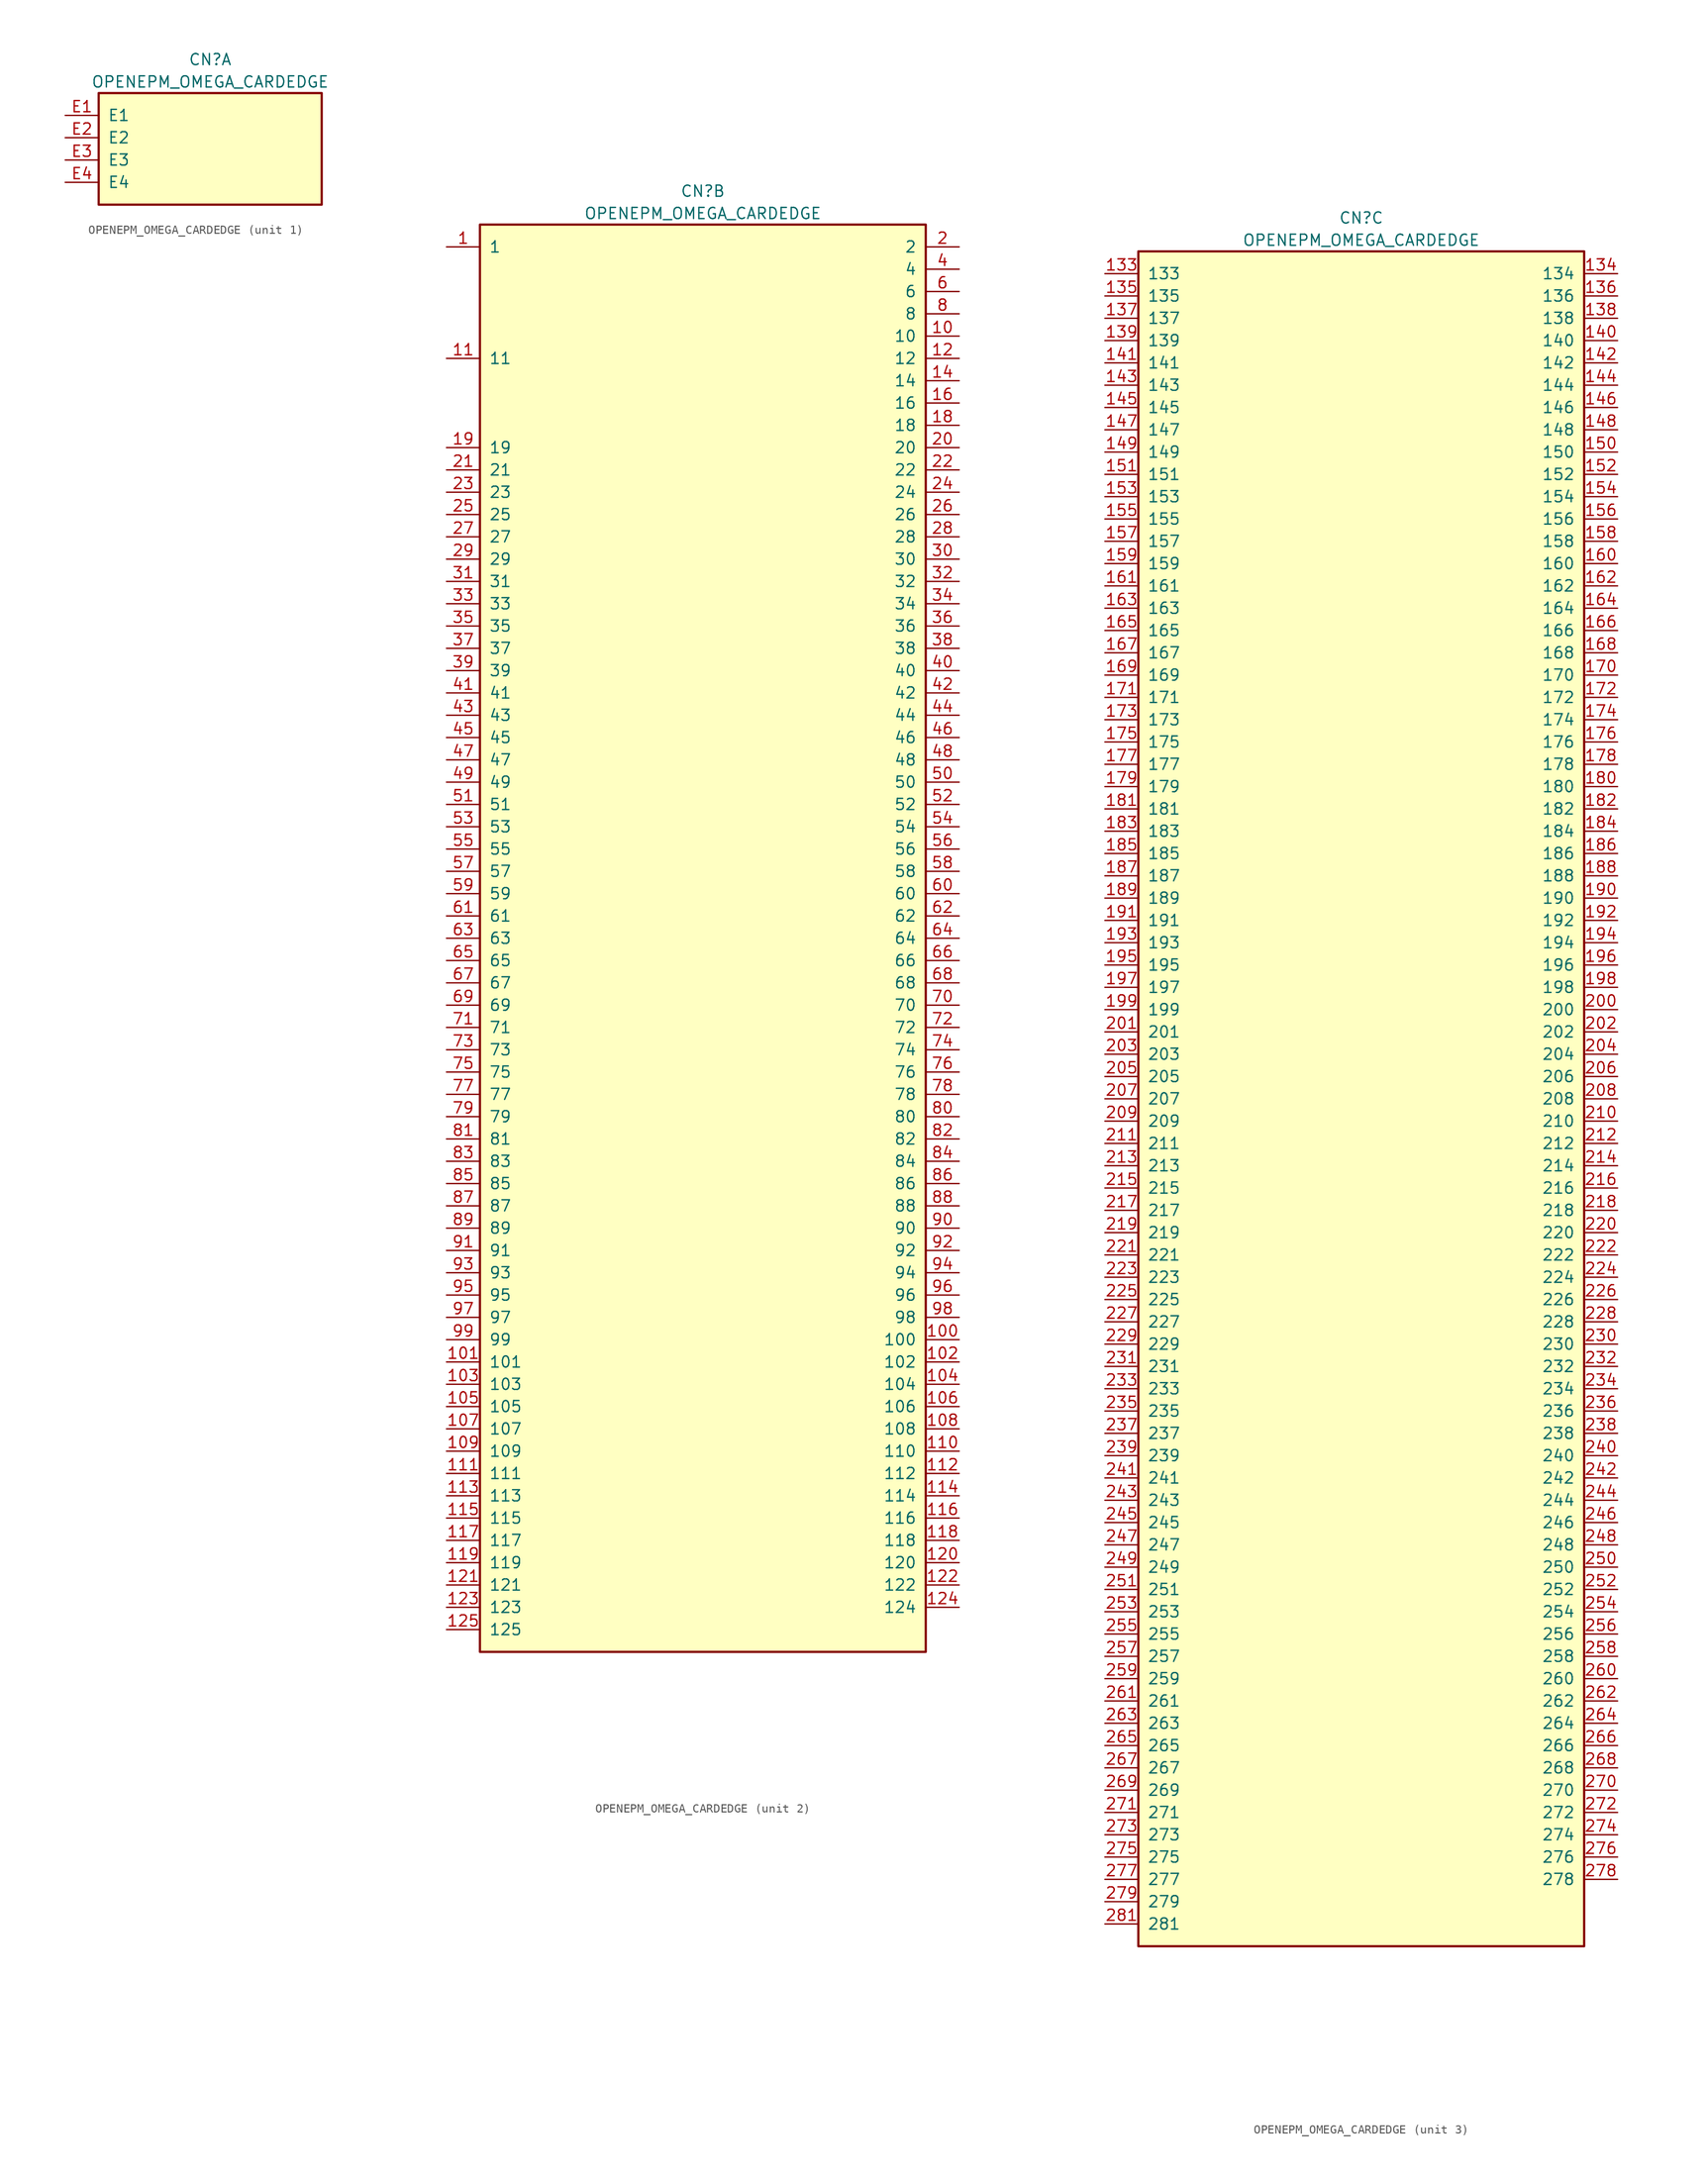
<source format=kicad_sym>
(kicad_symbol_lib
  (version 20201005)
  (generator kicad_symbol_editor)
  (symbol "berndoj_connector:OPENEPM_OMEGA_CARDEDGE"
    (pin_names
      (offset 1.016))
    (property "Reference" "CN"
      (at 0 3.81 0)
      (effects (font (size 1.27 1.27))))
    (property "Value" "OPENEPM_OMEGA_CARDEDGE"
      (at 0 1.27 0)
      (effects (font (size 1.27 1.27))))
    (property "ki_locked" ""
      (at 0 0 0)
      (effects (font (size 1.27 1.27))))
    (symbol "OPENEPM_OMEGA_CARDEDGE_1_1"
      (rectangle (start -12.7 0) (end 12.7 -12.7) (stroke (width 0.254)) (fill (type background)))
      (pin passive line (at -16.51 -2.54 0) (length 3.81) (name "E1" (effects (font (size 1.27 1.27)))) (number "E1" (effects (font (size 1.27 1.27)))))
      (pin passive line (at -16.51 -5.08 0) (length 3.81) (name "E2" (effects (font (size 1.27 1.27)))) (number "E2" (effects (font (size 1.27 1.27)))))
      (pin passive line (at -16.51 -7.62 0) (length 3.81) (name "E3" (effects (font (size 1.27 1.27)))) (number "E3" (effects (font (size 1.27 1.27)))))
      (pin passive line (at -16.51 -10.16 0) (length 3.81) (name "E4" (effects (font (size 1.27 1.27)))) (number "E4" (effects (font (size 1.27 1.27))))))
    (symbol "OPENEPM_OMEGA_CARDEDGE_2_1"
      (rectangle (start -25.4 0) (end 25.4 -162.56) (stroke (width 0.254)) (fill (type background)))
      (pin passive line (at -29.21 -2.54 0) (length 3.81) (name "1" (effects (font (size 1.27 1.27)))) (number "1" (effects (font (size 1.27 1.27)))))
      (pin passive line (at 29.21 -12.7 180) (length 3.81) (name "10" (effects (font (size 1.27 1.27)))) (number "10" (effects (font (size 1.27 1.27)))))
      (pin passive line (at 29.21 -127 180) (length 3.81) (name "100" (effects (font (size 1.27 1.27)))) (number "100" (effects (font (size 1.27 1.27)))))
      (pin passive line (at -29.21 -129.54 0) (length 3.81) (name "101" (effects (font (size 1.27 1.27)))) (number "101" (effects (font (size 1.27 1.27)))))
      (pin passive line (at 29.21 -129.54 180) (length 3.81) (name "102" (effects (font (size 1.27 1.27)))) (number "102" (effects (font (size 1.27 1.27)))))
      (pin passive line (at -29.21 -132.08 0) (length 3.81) (name "103" (effects (font (size 1.27 1.27)))) (number "103" (effects (font (size 1.27 1.27)))))
      (pin passive line (at 29.21 -132.08 180) (length 3.81) (name "104" (effects (font (size 1.27 1.27)))) (number "104" (effects (font (size 1.27 1.27)))))
      (pin passive line (at -29.21 -134.62 0) (length 3.81) (name "105" (effects (font (size 1.27 1.27)))) (number "105" (effects (font (size 1.27 1.27)))))
      (pin passive line (at 29.21 -134.62 180) (length 3.81) (name "106" (effects (font (size 1.27 1.27)))) (number "106" (effects (font (size 1.27 1.27)))))
      (pin passive line (at -29.21 -137.16 0) (length 3.81) (name "107" (effects (font (size 1.27 1.27)))) (number "107" (effects (font (size 1.27 1.27)))))
      (pin passive line (at 29.21 -137.16 180) (length 3.81) (name "108" (effects (font (size 1.27 1.27)))) (number "108" (effects (font (size 1.27 1.27)))))
      (pin passive line (at -29.21 -139.7 0) (length 3.81) (name "109" (effects (font (size 1.27 1.27)))) (number "109" (effects (font (size 1.27 1.27)))))
      (pin passive line (at -29.21 -15.24 0) (length 3.81) (name "11" (effects (font (size 1.27 1.27)))) (number "11" (effects (font (size 1.27 1.27)))))
      (pin passive line (at 29.21 -139.7 180) (length 3.81) (name "110" (effects (font (size 1.27 1.27)))) (number "110" (effects (font (size 1.27 1.27)))))
      (pin passive line (at -29.21 -142.24 0) (length 3.81) (name "111" (effects (font (size 1.27 1.27)))) (number "111" (effects (font (size 1.27 1.27)))))
      (pin passive line (at 29.21 -142.24 180) (length 3.81) (name "112" (effects (font (size 1.27 1.27)))) (number "112" (effects (font (size 1.27 1.27)))))
      (pin passive line (at -29.21 -144.78 0) (length 3.81) (name "113" (effects (font (size 1.27 1.27)))) (number "113" (effects (font (size 1.27 1.27)))))
      (pin passive line (at 29.21 -144.78 180) (length 3.81) (name "114" (effects (font (size 1.27 1.27)))) (number "114" (effects (font (size 1.27 1.27)))))
      (pin passive line (at -29.21 -147.32 0) (length 3.81) (name "115" (effects (font (size 1.27 1.27)))) (number "115" (effects (font (size 1.27 1.27)))))
      (pin passive line (at 29.21 -147.32 180) (length 3.81) (name "116" (effects (font (size 1.27 1.27)))) (number "116" (effects (font (size 1.27 1.27)))))
      (pin passive line (at -29.21 -149.86 0) (length 3.81) (name "117" (effects (font (size 1.27 1.27)))) (number "117" (effects (font (size 1.27 1.27)))))
      (pin passive line (at 29.21 -149.86 180) (length 3.81) (name "118" (effects (font (size 1.27 1.27)))) (number "118" (effects (font (size 1.27 1.27)))))
      (pin passive line (at -29.21 -152.4 0) (length 3.81) (name "119" (effects (font (size 1.27 1.27)))) (number "119" (effects (font (size 1.27 1.27)))))
      (pin passive line (at 29.21 -15.24 180) (length 3.81) (name "12" (effects (font (size 1.27 1.27)))) (number "12" (effects (font (size 1.27 1.27)))))
      (pin passive line (at 29.21 -152.4 180) (length 3.81) (name "120" (effects (font (size 1.27 1.27)))) (number "120" (effects (font (size 1.27 1.27)))))
      (pin passive line (at -29.21 -154.94 0) (length 3.81) (name "121" (effects (font (size 1.27 1.27)))) (number "121" (effects (font (size 1.27 1.27)))))
      (pin passive line (at 29.21 -154.94 180) (length 3.81) (name "122" (effects (font (size 1.27 1.27)))) (number "122" (effects (font (size 1.27 1.27)))))
      (pin passive line (at -29.21 -157.48 0) (length 3.81) (name "123" (effects (font (size 1.27 1.27)))) (number "123" (effects (font (size 1.27 1.27)))))
      (pin passive line (at 29.21 -157.48 180) (length 3.81) (name "124" (effects (font (size 1.27 1.27)))) (number "124" (effects (font (size 1.27 1.27)))))
      (pin passive line (at -29.21 -160.02 0) (length 3.81) (name "125" (effects (font (size 1.27 1.27)))) (number "125" (effects (font (size 1.27 1.27)))))
      (pin passive line (at 29.21 -17.78 180) (length 3.81) (name "14" (effects (font (size 1.27 1.27)))) (number "14" (effects (font (size 1.27 1.27)))))
      (pin passive line (at 29.21 -20.32 180) (length 3.81) (name "16" (effects (font (size 1.27 1.27)))) (number "16" (effects (font (size 1.27 1.27)))))
      (pin passive line (at 29.21 -22.86 180) (length 3.81) (name "18" (effects (font (size 1.27 1.27)))) (number "18" (effects (font (size 1.27 1.27)))))
      (pin passive line (at -29.21 -25.4 0) (length 3.81) (name "19" (effects (font (size 1.27 1.27)))) (number "19" (effects (font (size 1.27 1.27)))))
      (pin passive line (at 29.21 -2.54 180) (length 3.81) (name "2" (effects (font (size 1.27 1.27)))) (number "2" (effects (font (size 1.27 1.27)))))
      (pin passive line (at 29.21 -25.4 180) (length 3.81) (name "20" (effects (font (size 1.27 1.27)))) (number "20" (effects (font (size 1.27 1.27)))))
      (pin passive line (at -29.21 -27.94 0) (length 3.81) (name "21" (effects (font (size 1.27 1.27)))) (number "21" (effects (font (size 1.27 1.27)))))
      (pin passive line (at 29.21 -27.94 180) (length 3.81) (name "22" (effects (font (size 1.27 1.27)))) (number "22" (effects (font (size 1.27 1.27)))))
      (pin passive line (at -29.21 -30.48 0) (length 3.81) (name "23" (effects (font (size 1.27 1.27)))) (number "23" (effects (font (size 1.27 1.27)))))
      (pin passive line (at 29.21 -30.48 180) (length 3.81) (name "24" (effects (font (size 1.27 1.27)))) (number "24" (effects (font (size 1.27 1.27)))))
      (pin passive line (at -29.21 -33.02 0) (length 3.81) (name "25" (effects (font (size 1.27 1.27)))) (number "25" (effects (font (size 1.27 1.27)))))
      (pin passive line (at 29.21 -33.02 180) (length 3.81) (name "26" (effects (font (size 1.27 1.27)))) (number "26" (effects (font (size 1.27 1.27)))))
      (pin passive line (at -29.21 -35.56 0) (length 3.81) (name "27" (effects (font (size 1.27 1.27)))) (number "27" (effects (font (size 1.27 1.27)))))
      (pin passive line (at 29.21 -35.56 180) (length 3.81) (name "28" (effects (font (size 1.27 1.27)))) (number "28" (effects (font (size 1.27 1.27)))))
      (pin passive line (at -29.21 -38.1 0) (length 3.81) (name "29" (effects (font (size 1.27 1.27)))) (number "29" (effects (font (size 1.27 1.27)))))
      (pin passive line (at 29.21 -38.1 180) (length 3.81) (name "30" (effects (font (size 1.27 1.27)))) (number "30" (effects (font (size 1.27 1.27)))))
      (pin passive line (at -29.21 -40.64 0) (length 3.81) (name "31" (effects (font (size 1.27 1.27)))) (number "31" (effects (font (size 1.27 1.27)))))
      (pin passive line (at 29.21 -40.64 180) (length 3.81) (name "32" (effects (font (size 1.27 1.27)))) (number "32" (effects (font (size 1.27 1.27)))))
      (pin passive line (at -29.21 -43.18 0) (length 3.81) (name "33" (effects (font (size 1.27 1.27)))) (number "33" (effects (font (size 1.27 1.27)))))
      (pin passive line (at 29.21 -43.18 180) (length 3.81) (name "34" (effects (font (size 1.27 1.27)))) (number "34" (effects (font (size 1.27 1.27)))))
      (pin passive line (at -29.21 -45.72 0) (length 3.81) (name "35" (effects (font (size 1.27 1.27)))) (number "35" (effects (font (size 1.27 1.27)))))
      (pin passive line (at 29.21 -45.72 180) (length 3.81) (name "36" (effects (font (size 1.27 1.27)))) (number "36" (effects (font (size 1.27 1.27)))))
      (pin passive line (at -29.21 -48.26 0) (length 3.81) (name "37" (effects (font (size 1.27 1.27)))) (number "37" (effects (font (size 1.27 1.27)))))
      (pin passive line (at 29.21 -48.26 180) (length 3.81) (name "38" (effects (font (size 1.27 1.27)))) (number "38" (effects (font (size 1.27 1.27)))))
      (pin passive line (at -29.21 -50.8 0) (length 3.81) (name "39" (effects (font (size 1.27 1.27)))) (number "39" (effects (font (size 1.27 1.27)))))
      (pin passive line (at 29.21 -5.08 180) (length 3.81) (name "4" (effects (font (size 1.27 1.27)))) (number "4" (effects (font (size 1.27 1.27)))))
      (pin passive line (at 29.21 -50.8 180) (length 3.81) (name "40" (effects (font (size 1.27 1.27)))) (number "40" (effects (font (size 1.27 1.27)))))
      (pin passive line (at -29.21 -53.34 0) (length 3.81) (name "41" (effects (font (size 1.27 1.27)))) (number "41" (effects (font (size 1.27 1.27)))))
      (pin passive line (at 29.21 -53.34 180) (length 3.81) (name "42" (effects (font (size 1.27 1.27)))) (number "42" (effects (font (size 1.27 1.27)))))
      (pin passive line (at -29.21 -55.88 0) (length 3.81) (name "43" (effects (font (size 1.27 1.27)))) (number "43" (effects (font (size 1.27 1.27)))))
      (pin passive line (at 29.21 -55.88 180) (length 3.81) (name "44" (effects (font (size 1.27 1.27)))) (number "44" (effects (font (size 1.27 1.27)))))
      (pin passive line (at -29.21 -58.42 0) (length 3.81) (name "45" (effects (font (size 1.27 1.27)))) (number "45" (effects (font (size 1.27 1.27)))))
      (pin passive line (at 29.21 -58.42 180) (length 3.81) (name "46" (effects (font (size 1.27 1.27)))) (number "46" (effects (font (size 1.27 1.27)))))
      (pin passive line (at -29.21 -60.96 0) (length 3.81) (name "47" (effects (font (size 1.27 1.27)))) (number "47" (effects (font (size 1.27 1.27)))))
      (pin passive line (at 29.21 -60.96 180) (length 3.81) (name "48" (effects (font (size 1.27 1.27)))) (number "48" (effects (font (size 1.27 1.27)))))
      (pin passive line (at -29.21 -63.5 0) (length 3.81) (name "49" (effects (font (size 1.27 1.27)))) (number "49" (effects (font (size 1.27 1.27)))))
      (pin passive line (at 29.21 -63.5 180) (length 3.81) (name "50" (effects (font (size 1.27 1.27)))) (number "50" (effects (font (size 1.27 1.27)))))
      (pin passive line (at -29.21 -66.04 0) (length 3.81) (name "51" (effects (font (size 1.27 1.27)))) (number "51" (effects (font (size 1.27 1.27)))))
      (pin passive line (at 29.21 -66.04 180) (length 3.81) (name "52" (effects (font (size 1.27 1.27)))) (number "52" (effects (font (size 1.27 1.27)))))
      (pin passive line (at -29.21 -68.58 0) (length 3.81) (name "53" (effects (font (size 1.27 1.27)))) (number "53" (effects (font (size 1.27 1.27)))))
      (pin passive line (at 29.21 -68.58 180) (length 3.81) (name "54" (effects (font (size 1.27 1.27)))) (number "54" (effects (font (size 1.27 1.27)))))
      (pin passive line (at -29.21 -71.12 0) (length 3.81) (name "55" (effects (font (size 1.27 1.27)))) (number "55" (effects (font (size 1.27 1.27)))))
      (pin passive line (at 29.21 -71.12 180) (length 3.81) (name "56" (effects (font (size 1.27 1.27)))) (number "56" (effects (font (size 1.27 1.27)))))
      (pin passive line (at -29.21 -73.66 0) (length 3.81) (name "57" (effects (font (size 1.27 1.27)))) (number "57" (effects (font (size 1.27 1.27)))))
      (pin passive line (at 29.21 -73.66 180) (length 3.81) (name "58" (effects (font (size 1.27 1.27)))) (number "58" (effects (font (size 1.27 1.27)))))
      (pin passive line (at -29.21 -76.2 0) (length 3.81) (name "59" (effects (font (size 1.27 1.27)))) (number "59" (effects (font (size 1.27 1.27)))))
      (pin passive line (at 29.21 -7.62 180) (length 3.81) (name "6" (effects (font (size 1.27 1.27)))) (number "6" (effects (font (size 1.27 1.27)))))
      (pin passive line (at 29.21 -76.2 180) (length 3.81) (name "60" (effects (font (size 1.27 1.27)))) (number "60" (effects (font (size 1.27 1.27)))))
      (pin passive line (at -29.21 -78.74 0) (length 3.81) (name "61" (effects (font (size 1.27 1.27)))) (number "61" (effects (font (size 1.27 1.27)))))
      (pin passive line (at 29.21 -78.74 180) (length 3.81) (name "62" (effects (font (size 1.27 1.27)))) (number "62" (effects (font (size 1.27 1.27)))))
      (pin passive line (at -29.21 -81.28 0) (length 3.81) (name "63" (effects (font (size 1.27 1.27)))) (number "63" (effects (font (size 1.27 1.27)))))
      (pin passive line (at 29.21 -81.28 180) (length 3.81) (name "64" (effects (font (size 1.27 1.27)))) (number "64" (effects (font (size 1.27 1.27)))))
      (pin passive line (at -29.21 -83.82 0) (length 3.81) (name "65" (effects (font (size 1.27 1.27)))) (number "65" (effects (font (size 1.27 1.27)))))
      (pin passive line (at 29.21 -83.82 180) (length 3.81) (name "66" (effects (font (size 1.27 1.27)))) (number "66" (effects (font (size 1.27 1.27)))))
      (pin passive line (at -29.21 -86.36 0) (length 3.81) (name "67" (effects (font (size 1.27 1.27)))) (number "67" (effects (font (size 1.27 1.27)))))
      (pin passive line (at 29.21 -86.36 180) (length 3.81) (name "68" (effects (font (size 1.27 1.27)))) (number "68" (effects (font (size 1.27 1.27)))))
      (pin passive line (at -29.21 -88.9 0) (length 3.81) (name "69" (effects (font (size 1.27 1.27)))) (number "69" (effects (font (size 1.27 1.27)))))
      (pin passive line (at 29.21 -88.9 180) (length 3.81) (name "70" (effects (font (size 1.27 1.27)))) (number "70" (effects (font (size 1.27 1.27)))))
      (pin passive line (at -29.21 -91.44 0) (length 3.81) (name "71" (effects (font (size 1.27 1.27)))) (number "71" (effects (font (size 1.27 1.27)))))
      (pin passive line (at 29.21 -91.44 180) (length 3.81) (name "72" (effects (font (size 1.27 1.27)))) (number "72" (effects (font (size 1.27 1.27)))))
      (pin passive line (at -29.21 -93.98 0) (length 3.81) (name "73" (effects (font (size 1.27 1.27)))) (number "73" (effects (font (size 1.27 1.27)))))
      (pin passive line (at 29.21 -93.98 180) (length 3.81) (name "74" (effects (font (size 1.27 1.27)))) (number "74" (effects (font (size 1.27 1.27)))))
      (pin passive line (at -29.21 -96.52 0) (length 3.81) (name "75" (effects (font (size 1.27 1.27)))) (number "75" (effects (font (size 1.27 1.27)))))
      (pin passive line (at 29.21 -96.52 180) (length 3.81) (name "76" (effects (font (size 1.27 1.27)))) (number "76" (effects (font (size 1.27 1.27)))))
      (pin passive line (at -29.21 -99.06 0) (length 3.81) (name "77" (effects (font (size 1.27 1.27)))) (number "77" (effects (font (size 1.27 1.27)))))
      (pin passive line (at 29.21 -99.06 180) (length 3.81) (name "78" (effects (font (size 1.27 1.27)))) (number "78" (effects (font (size 1.27 1.27)))))
      (pin passive line (at -29.21 -101.6 0) (length 3.81) (name "79" (effects (font (size 1.27 1.27)))) (number "79" (effects (font (size 1.27 1.27)))))
      (pin passive line (at 29.21 -10.16 180) (length 3.81) (name "8" (effects (font (size 1.27 1.27)))) (number "8" (effects (font (size 1.27 1.27)))))
      (pin passive line (at 29.21 -101.6 180) (length 3.81) (name "80" (effects (font (size 1.27 1.27)))) (number "80" (effects (font (size 1.27 1.27)))))
      (pin passive line (at -29.21 -104.14 0) (length 3.81) (name "81" (effects (font (size 1.27 1.27)))) (number "81" (effects (font (size 1.27 1.27)))))
      (pin passive line (at 29.21 -104.14 180) (length 3.81) (name "82" (effects (font (size 1.27 1.27)))) (number "82" (effects (font (size 1.27 1.27)))))
      (pin passive line (at -29.21 -106.68 0) (length 3.81) (name "83" (effects (font (size 1.27 1.27)))) (number "83" (effects (font (size 1.27 1.27)))))
      (pin passive line (at 29.21 -106.68 180) (length 3.81) (name "84" (effects (font (size 1.27 1.27)))) (number "84" (effects (font (size 1.27 1.27)))))
      (pin passive line (at -29.21 -109.22 0) (length 3.81) (name "85" (effects (font (size 1.27 1.27)))) (number "85" (effects (font (size 1.27 1.27)))))
      (pin passive line (at 29.21 -109.22 180) (length 3.81) (name "86" (effects (font (size 1.27 1.27)))) (number "86" (effects (font (size 1.27 1.27)))))
      (pin passive line (at -29.21 -111.76 0) (length 3.81) (name "87" (effects (font (size 1.27 1.27)))) (number "87" (effects (font (size 1.27 1.27)))))
      (pin passive line (at 29.21 -111.76 180) (length 3.81) (name "88" (effects (font (size 1.27 1.27)))) (number "88" (effects (font (size 1.27 1.27)))))
      (pin passive line (at -29.21 -114.3 0) (length 3.81) (name "89" (effects (font (size 1.27 1.27)))) (number "89" (effects (font (size 1.27 1.27)))))
      (pin passive line (at 29.21 -114.3 180) (length 3.81) (name "90" (effects (font (size 1.27 1.27)))) (number "90" (effects (font (size 1.27 1.27)))))
      (pin passive line (at -29.21 -116.84 0) (length 3.81) (name "91" (effects (font (size 1.27 1.27)))) (number "91" (effects (font (size 1.27 1.27)))))
      (pin passive line (at 29.21 -116.84 180) (length 3.81) (name "92" (effects (font (size 1.27 1.27)))) (number "92" (effects (font (size 1.27 1.27)))))
      (pin passive line (at -29.21 -119.38 0) (length 3.81) (name "93" (effects (font (size 1.27 1.27)))) (number "93" (effects (font (size 1.27 1.27)))))
      (pin passive line (at 29.21 -119.38 180) (length 3.81) (name "94" (effects (font (size 1.27 1.27)))) (number "94" (effects (font (size 1.27 1.27)))))
      (pin passive line (at -29.21 -121.92 0) (length 3.81) (name "95" (effects (font (size 1.27 1.27)))) (number "95" (effects (font (size 1.27 1.27)))))
      (pin passive line (at 29.21 -121.92 180) (length 3.81) (name "96" (effects (font (size 1.27 1.27)))) (number "96" (effects (font (size 1.27 1.27)))))
      (pin passive line (at -29.21 -124.46 0) (length 3.81) (name "97" (effects (font (size 1.27 1.27)))) (number "97" (effects (font (size 1.27 1.27)))))
      (pin passive line (at 29.21 -124.46 180) (length 3.81) (name "98" (effects (font (size 1.27 1.27)))) (number "98" (effects (font (size 1.27 1.27)))))
      (pin passive line (at -29.21 -127 0) (length 3.81) (name "99" (effects (font (size 1.27 1.27)))) (number "99" (effects (font (size 1.27 1.27))))))
    (symbol "OPENEPM_OMEGA_CARDEDGE_3_1"
      (rectangle (start -25.4 0) (end 25.4 -193.04) (stroke (width 0.254)) (fill (type background)))
      (pin passive line (at -29.21 -2.54 0) (length 3.81) (name "133" (effects (font (size 1.27 1.27)))) (number "133" (effects (font (size 1.27 1.27)))))
      (pin passive line (at 29.21 -2.54 180) (length 3.81) (name "134" (effects (font (size 1.27 1.27)))) (number "134" (effects (font (size 1.27 1.27)))))
      (pin passive line (at -29.21 -5.08 0) (length 3.81) (name "135" (effects (font (size 1.27 1.27)))) (number "135" (effects (font (size 1.27 1.27)))))
      (pin passive line (at 29.21 -5.08 180) (length 3.81) (name "136" (effects (font (size 1.27 1.27)))) (number "136" (effects (font (size 1.27 1.27)))))
      (pin passive line (at -29.21 -7.62 0) (length 3.81) (name "137" (effects (font (size 1.27 1.27)))) (number "137" (effects (font (size 1.27 1.27)))))
      (pin passive line (at 29.21 -7.62 180) (length 3.81) (name "138" (effects (font (size 1.27 1.27)))) (number "138" (effects (font (size 1.27 1.27)))))
      (pin passive line (at -29.21 -10.16 0) (length 3.81) (name "139" (effects (font (size 1.27 1.27)))) (number "139" (effects (font (size 1.27 1.27)))))
      (pin passive line (at 29.21 -10.16 180) (length 3.81) (name "140" (effects (font (size 1.27 1.27)))) (number "140" (effects (font (size 1.27 1.27)))))
      (pin passive line (at -29.21 -12.7 0) (length 3.81) (name "141" (effects (font (size 1.27 1.27)))) (number "141" (effects (font (size 1.27 1.27)))))
      (pin passive line (at 29.21 -12.7 180) (length 3.81) (name "142" (effects (font (size 1.27 1.27)))) (number "142" (effects (font (size 1.27 1.27)))))
      (pin passive line (at -29.21 -15.24 0) (length 3.81) (name "143" (effects (font (size 1.27 1.27)))) (number "143" (effects (font (size 1.27 1.27)))))
      (pin passive line (at 29.21 -15.24 180) (length 3.81) (name "144" (effects (font (size 1.27 1.27)))) (number "144" (effects (font (size 1.27 1.27)))))
      (pin passive line (at -29.21 -17.78 0) (length 3.81) (name "145" (effects (font (size 1.27 1.27)))) (number "145" (effects (font (size 1.27 1.27)))))
      (pin passive line (at 29.21 -17.78 180) (length 3.81) (name "146" (effects (font (size 1.27 1.27)))) (number "146" (effects (font (size 1.27 1.27)))))
      (pin passive line (at -29.21 -20.32 0) (length 3.81) (name "147" (effects (font (size 1.27 1.27)))) (number "147" (effects (font (size 1.27 1.27)))))
      (pin passive line (at 29.21 -20.32 180) (length 3.81) (name "148" (effects (font (size 1.27 1.27)))) (number "148" (effects (font (size 1.27 1.27)))))
      (pin passive line (at -29.21 -22.86 0) (length 3.81) (name "149" (effects (font (size 1.27 1.27)))) (number "149" (effects (font (size 1.27 1.27)))))
      (pin passive line (at 29.21 -22.86 180) (length 3.81) (name "150" (effects (font (size 1.27 1.27)))) (number "150" (effects (font (size 1.27 1.27)))))
      (pin passive line (at -29.21 -25.4 0) (length 3.81) (name "151" (effects (font (size 1.27 1.27)))) (number "151" (effects (font (size 1.27 1.27)))))
      (pin passive line (at 29.21 -25.4 180) (length 3.81) (name "152" (effects (font (size 1.27 1.27)))) (number "152" (effects (font (size 1.27 1.27)))))
      (pin passive line (at -29.21 -27.94 0) (length 3.81) (name "153" (effects (font (size 1.27 1.27)))) (number "153" (effects (font (size 1.27 1.27)))))
      (pin passive line (at 29.21 -27.94 180) (length 3.81) (name "154" (effects (font (size 1.27 1.27)))) (number "154" (effects (font (size 1.27 1.27)))))
      (pin passive line (at -29.21 -30.48 0) (length 3.81) (name "155" (effects (font (size 1.27 1.27)))) (number "155" (effects (font (size 1.27 1.27)))))
      (pin passive line (at 29.21 -30.48 180) (length 3.81) (name "156" (effects (font (size 1.27 1.27)))) (number "156" (effects (font (size 1.27 1.27)))))
      (pin passive line (at -29.21 -33.02 0) (length 3.81) (name "157" (effects (font (size 1.27 1.27)))) (number "157" (effects (font (size 1.27 1.27)))))
      (pin passive line (at 29.21 -33.02 180) (length 3.81) (name "158" (effects (font (size 1.27 1.27)))) (number "158" (effects (font (size 1.27 1.27)))))
      (pin passive line (at -29.21 -35.56 0) (length 3.81) (name "159" (effects (font (size 1.27 1.27)))) (number "159" (effects (font (size 1.27 1.27)))))
      (pin passive line (at 29.21 -35.56 180) (length 3.81) (name "160" (effects (font (size 1.27 1.27)))) (number "160" (effects (font (size 1.27 1.27)))))
      (pin passive line (at -29.21 -38.1 0) (length 3.81) (name "161" (effects (font (size 1.27 1.27)))) (number "161" (effects (font (size 1.27 1.27)))))
      (pin passive line (at 29.21 -38.1 180) (length 3.81) (name "162" (effects (font (size 1.27 1.27)))) (number "162" (effects (font (size 1.27 1.27)))))
      (pin passive line (at -29.21 -40.64 0) (length 3.81) (name "163" (effects (font (size 1.27 1.27)))) (number "163" (effects (font (size 1.27 1.27)))))
      (pin passive line (at 29.21 -40.64 180) (length 3.81) (name "164" (effects (font (size 1.27 1.27)))) (number "164" (effects (font (size 1.27 1.27)))))
      (pin passive line (at -29.21 -43.18 0) (length 3.81) (name "165" (effects (font (size 1.27 1.27)))) (number "165" (effects (font (size 1.27 1.27)))))
      (pin passive line (at 29.21 -43.18 180) (length 3.81) (name "166" (effects (font (size 1.27 1.27)))) (number "166" (effects (font (size 1.27 1.27)))))
      (pin passive line (at -29.21 -45.72 0) (length 3.81) (name "167" (effects (font (size 1.27 1.27)))) (number "167" (effects (font (size 1.27 1.27)))))
      (pin passive line (at 29.21 -45.72 180) (length 3.81) (name "168" (effects (font (size 1.27 1.27)))) (number "168" (effects (font (size 1.27 1.27)))))
      (pin passive line (at -29.21 -48.26 0) (length 3.81) (name "169" (effects (font (size 1.27 1.27)))) (number "169" (effects (font (size 1.27 1.27)))))
      (pin passive line (at 29.21 -48.26 180) (length 3.81) (name "170" (effects (font (size 1.27 1.27)))) (number "170" (effects (font (size 1.27 1.27)))))
      (pin passive line (at -29.21 -50.8 0) (length 3.81) (name "171" (effects (font (size 1.27 1.27)))) (number "171" (effects (font (size 1.27 1.27)))))
      (pin passive line (at 29.21 -50.8 180) (length 3.81) (name "172" (effects (font (size 1.27 1.27)))) (number "172" (effects (font (size 1.27 1.27)))))
      (pin passive line (at -29.21 -53.34 0) (length 3.81) (name "173" (effects (font (size 1.27 1.27)))) (number "173" (effects (font (size 1.27 1.27)))))
      (pin passive line (at 29.21 -53.34 180) (length 3.81) (name "174" (effects (font (size 1.27 1.27)))) (number "174" (effects (font (size 1.27 1.27)))))
      (pin passive line (at -29.21 -55.88 0) (length 3.81) (name "175" (effects (font (size 1.27 1.27)))) (number "175" (effects (font (size 1.27 1.27)))))
      (pin passive line (at 29.21 -55.88 180) (length 3.81) (name "176" (effects (font (size 1.27 1.27)))) (number "176" (effects (font (size 1.27 1.27)))))
      (pin passive line (at -29.21 -58.42 0) (length 3.81) (name "177" (effects (font (size 1.27 1.27)))) (number "177" (effects (font (size 1.27 1.27)))))
      (pin passive line (at 29.21 -58.42 180) (length 3.81) (name "178" (effects (font (size 1.27 1.27)))) (number "178" (effects (font (size 1.27 1.27)))))
      (pin passive line (at -29.21 -60.96 0) (length 3.81) (name "179" (effects (font (size 1.27 1.27)))) (number "179" (effects (font (size 1.27 1.27)))))
      (pin passive line (at 29.21 -60.96 180) (length 3.81) (name "180" (effects (font (size 1.27 1.27)))) (number "180" (effects (font (size 1.27 1.27)))))
      (pin passive line (at -29.21 -63.5 0) (length 3.81) (name "181" (effects (font (size 1.27 1.27)))) (number "181" (effects (font (size 1.27 1.27)))))
      (pin passive line (at 29.21 -63.5 180) (length 3.81) (name "182" (effects (font (size 1.27 1.27)))) (number "182" (effects (font (size 1.27 1.27)))))
      (pin passive line (at -29.21 -66.04 0) (length 3.81) (name "183" (effects (font (size 1.27 1.27)))) (number "183" (effects (font (size 1.27 1.27)))))
      (pin passive line (at 29.21 -66.04 180) (length 3.81) (name "184" (effects (font (size 1.27 1.27)))) (number "184" (effects (font (size 1.27 1.27)))))
      (pin passive line (at -29.21 -68.58 0) (length 3.81) (name "185" (effects (font (size 1.27 1.27)))) (number "185" (effects (font (size 1.27 1.27)))))
      (pin passive line (at 29.21 -68.58 180) (length 3.81) (name "186" (effects (font (size 1.27 1.27)))) (number "186" (effects (font (size 1.27 1.27)))))
      (pin passive line (at -29.21 -71.12 0) (length 3.81) (name "187" (effects (font (size 1.27 1.27)))) (number "187" (effects (font (size 1.27 1.27)))))
      (pin passive line (at 29.21 -71.12 180) (length 3.81) (name "188" (effects (font (size 1.27 1.27)))) (number "188" (effects (font (size 1.27 1.27)))))
      (pin passive line (at -29.21 -73.66 0) (length 3.81) (name "189" (effects (font (size 1.27 1.27)))) (number "189" (effects (font (size 1.27 1.27)))))
      (pin passive line (at 29.21 -73.66 180) (length 3.81) (name "190" (effects (font (size 1.27 1.27)))) (number "190" (effects (font (size 1.27 1.27)))))
      (pin passive line (at -29.21 -76.2 0) (length 3.81) (name "191" (effects (font (size 1.27 1.27)))) (number "191" (effects (font (size 1.27 1.27)))))
      (pin passive line (at 29.21 -76.2 180) (length 3.81) (name "192" (effects (font (size 1.27 1.27)))) (number "192" (effects (font (size 1.27 1.27)))))
      (pin passive line (at -29.21 -78.74 0) (length 3.81) (name "193" (effects (font (size 1.27 1.27)))) (number "193" (effects (font (size 1.27 1.27)))))
      (pin passive line (at 29.21 -78.74 180) (length 3.81) (name "194" (effects (font (size 1.27 1.27)))) (number "194" (effects (font (size 1.27 1.27)))))
      (pin passive line (at -29.21 -81.28 0) (length 3.81) (name "195" (effects (font (size 1.27 1.27)))) (number "195" (effects (font (size 1.27 1.27)))))
      (pin passive line (at 29.21 -81.28 180) (length 3.81) (name "196" (effects (font (size 1.27 1.27)))) (number "196" (effects (font (size 1.27 1.27)))))
      (pin passive line (at -29.21 -83.82 0) (length 3.81) (name "197" (effects (font (size 1.27 1.27)))) (number "197" (effects (font (size 1.27 1.27)))))
      (pin passive line (at 29.21 -83.82 180) (length 3.81) (name "198" (effects (font (size 1.27 1.27)))) (number "198" (effects (font (size 1.27 1.27)))))
      (pin passive line (at -29.21 -86.36 0) (length 3.81) (name "199" (effects (font (size 1.27 1.27)))) (number "199" (effects (font (size 1.27 1.27)))))
      (pin passive line (at 29.21 -86.36 180) (length 3.81) (name "200" (effects (font (size 1.27 1.27)))) (number "200" (effects (font (size 1.27 1.27)))))
      (pin passive line (at -29.21 -88.9 0) (length 3.81) (name "201" (effects (font (size 1.27 1.27)))) (number "201" (effects (font (size 1.27 1.27)))))
      (pin passive line (at 29.21 -88.9 180) (length 3.81) (name "202" (effects (font (size 1.27 1.27)))) (number "202" (effects (font (size 1.27 1.27)))))
      (pin passive line (at -29.21 -91.44 0) (length 3.81) (name "203" (effects (font (size 1.27 1.27)))) (number "203" (effects (font (size 1.27 1.27)))))
      (pin passive line (at 29.21 -91.44 180) (length 3.81) (name "204" (effects (font (size 1.27 1.27)))) (number "204" (effects (font (size 1.27 1.27)))))
      (pin passive line (at -29.21 -93.98 0) (length 3.81) (name "205" (effects (font (size 1.27 1.27)))) (number "205" (effects (font (size 1.27 1.27)))))
      (pin passive line (at 29.21 -93.98 180) (length 3.81) (name "206" (effects (font (size 1.27 1.27)))) (number "206" (effects (font (size 1.27 1.27)))))
      (pin passive line (at -29.21 -96.52 0) (length 3.81) (name "207" (effects (font (size 1.27 1.27)))) (number "207" (effects (font (size 1.27 1.27)))))
      (pin passive line (at 29.21 -96.52 180) (length 3.81) (name "208" (effects (font (size 1.27 1.27)))) (number "208" (effects (font (size 1.27 1.27)))))
      (pin passive line (at -29.21 -99.06 0) (length 3.81) (name "209" (effects (font (size 1.27 1.27)))) (number "209" (effects (font (size 1.27 1.27)))))
      (pin passive line (at 29.21 -99.06 180) (length 3.81) (name "210" (effects (font (size 1.27 1.27)))) (number "210" (effects (font (size 1.27 1.27)))))
      (pin passive line (at -29.21 -101.6 0) (length 3.81) (name "211" (effects (font (size 1.27 1.27)))) (number "211" (effects (font (size 1.27 1.27)))))
      (pin passive line (at 29.21 -101.6 180) (length 3.81) (name "212" (effects (font (size 1.27 1.27)))) (number "212" (effects (font (size 1.27 1.27)))))
      (pin passive line (at -29.21 -104.14 0) (length 3.81) (name "213" (effects (font (size 1.27 1.27)))) (number "213" (effects (font (size 1.27 1.27)))))
      (pin passive line (at 29.21 -104.14 180) (length 3.81) (name "214" (effects (font (size 1.27 1.27)))) (number "214" (effects (font (size 1.27 1.27)))))
      (pin passive line (at -29.21 -106.68 0) (length 3.81) (name "215" (effects (font (size 1.27 1.27)))) (number "215" (effects (font (size 1.27 1.27)))))
      (pin passive line (at 29.21 -106.68 180) (length 3.81) (name "216" (effects (font (size 1.27 1.27)))) (number "216" (effects (font (size 1.27 1.27)))))
      (pin passive line (at -29.21 -109.22 0) (length 3.81) (name "217" (effects (font (size 1.27 1.27)))) (number "217" (effects (font (size 1.27 1.27)))))
      (pin passive line (at 29.21 -109.22 180) (length 3.81) (name "218" (effects (font (size 1.27 1.27)))) (number "218" (effects (font (size 1.27 1.27)))))
      (pin passive line (at -29.21 -111.76 0) (length 3.81) (name "219" (effects (font (size 1.27 1.27)))) (number "219" (effects (font (size 1.27 1.27)))))
      (pin passive line (at 29.21 -111.76 180) (length 3.81) (name "220" (effects (font (size 1.27 1.27)))) (number "220" (effects (font (size 1.27 1.27)))))
      (pin passive line (at -29.21 -114.3 0) (length 3.81) (name "221" (effects (font (size 1.27 1.27)))) (number "221" (effects (font (size 1.27 1.27)))))
      (pin passive line (at 29.21 -114.3 180) (length 3.81) (name "222" (effects (font (size 1.27 1.27)))) (number "222" (effects (font (size 1.27 1.27)))))
      (pin passive line (at -29.21 -116.84 0) (length 3.81) (name "223" (effects (font (size 1.27 1.27)))) (number "223" (effects (font (size 1.27 1.27)))))
      (pin passive line (at 29.21 -116.84 180) (length 3.81) (name "224" (effects (font (size 1.27 1.27)))) (number "224" (effects (font (size 1.27 1.27)))))
      (pin passive line (at -29.21 -119.38 0) (length 3.81) (name "225" (effects (font (size 1.27 1.27)))) (number "225" (effects (font (size 1.27 1.27)))))
      (pin passive line (at 29.21 -119.38 180) (length 3.81) (name "226" (effects (font (size 1.27 1.27)))) (number "226" (effects (font (size 1.27 1.27)))))
      (pin passive line (at -29.21 -121.92 0) (length 3.81) (name "227" (effects (font (size 1.27 1.27)))) (number "227" (effects (font (size 1.27 1.27)))))
      (pin passive line (at 29.21 -121.92 180) (length 3.81) (name "228" (effects (font (size 1.27 1.27)))) (number "228" (effects (font (size 1.27 1.27)))))
      (pin passive line (at -29.21 -124.46 0) (length 3.81) (name "229" (effects (font (size 1.27 1.27)))) (number "229" (effects (font (size 1.27 1.27)))))
      (pin passive line (at 29.21 -124.46 180) (length 3.81) (name "230" (effects (font (size 1.27 1.27)))) (number "230" (effects (font (size 1.27 1.27)))))
      (pin passive line (at -29.21 -127 0) (length 3.81) (name "231" (effects (font (size 1.27 1.27)))) (number "231" (effects (font (size 1.27 1.27)))))
      (pin passive line (at 29.21 -127 180) (length 3.81) (name "232" (effects (font (size 1.27 1.27)))) (number "232" (effects (font (size 1.27 1.27)))))
      (pin passive line (at -29.21 -129.54 0) (length 3.81) (name "233" (effects (font (size 1.27 1.27)))) (number "233" (effects (font (size 1.27 1.27)))))
      (pin passive line (at 29.21 -129.54 180) (length 3.81) (name "234" (effects (font (size 1.27 1.27)))) (number "234" (effects (font (size 1.27 1.27)))))
      (pin passive line (at -29.21 -132.08 0) (length 3.81) (name "235" (effects (font (size 1.27 1.27)))) (number "235" (effects (font (size 1.27 1.27)))))
      (pin passive line (at 29.21 -132.08 180) (length 3.81) (name "236" (effects (font (size 1.27 1.27)))) (number "236" (effects (font (size 1.27 1.27)))))
      (pin passive line (at -29.21 -134.62 0) (length 3.81) (name "237" (effects (font (size 1.27 1.27)))) (number "237" (effects (font (size 1.27 1.27)))))
      (pin passive line (at 29.21 -134.62 180) (length 3.81) (name "238" (effects (font (size 1.27 1.27)))) (number "238" (effects (font (size 1.27 1.27)))))
      (pin passive line (at -29.21 -137.16 0) (length 3.81) (name "239" (effects (font (size 1.27 1.27)))) (number "239" (effects (font (size 1.27 1.27)))))
      (pin passive line (at 29.21 -137.16 180) (length 3.81) (name "240" (effects (font (size 1.27 1.27)))) (number "240" (effects (font (size 1.27 1.27)))))
      (pin passive line (at -29.21 -139.7 0) (length 3.81) (name "241" (effects (font (size 1.27 1.27)))) (number "241" (effects (font (size 1.27 1.27)))))
      (pin passive line (at 29.21 -139.7 180) (length 3.81) (name "242" (effects (font (size 1.27 1.27)))) (number "242" (effects (font (size 1.27 1.27)))))
      (pin passive line (at -29.21 -142.24 0) (length 3.81) (name "243" (effects (font (size 1.27 1.27)))) (number "243" (effects (font (size 1.27 1.27)))))
      (pin passive line (at 29.21 -142.24 180) (length 3.81) (name "244" (effects (font (size 1.27 1.27)))) (number "244" (effects (font (size 1.27 1.27)))))
      (pin passive line (at -29.21 -144.78 0) (length 3.81) (name "245" (effects (font (size 1.27 1.27)))) (number "245" (effects (font (size 1.27 1.27)))))
      (pin passive line (at 29.21 -144.78 180) (length 3.81) (name "246" (effects (font (size 1.27 1.27)))) (number "246" (effects (font (size 1.27 1.27)))))
      (pin passive line (at -29.21 -147.32 0) (length 3.81) (name "247" (effects (font (size 1.27 1.27)))) (number "247" (effects (font (size 1.27 1.27)))))
      (pin passive line (at 29.21 -147.32 180) (length 3.81) (name "248" (effects (font (size 1.27 1.27)))) (number "248" (effects (font (size 1.27 1.27)))))
      (pin passive line (at -29.21 -149.86 0) (length 3.81) (name "249" (effects (font (size 1.27 1.27)))) (number "249" (effects (font (size 1.27 1.27)))))
      (pin passive line (at 29.21 -149.86 180) (length 3.81) (name "250" (effects (font (size 1.27 1.27)))) (number "250" (effects (font (size 1.27 1.27)))))
      (pin passive line (at -29.21 -152.4 0) (length 3.81) (name "251" (effects (font (size 1.27 1.27)))) (number "251" (effects (font (size 1.27 1.27)))))
      (pin passive line (at 29.21 -152.4 180) (length 3.81) (name "252" (effects (font (size 1.27 1.27)))) (number "252" (effects (font (size 1.27 1.27)))))
      (pin passive line (at -29.21 -154.94 0) (length 3.81) (name "253" (effects (font (size 1.27 1.27)))) (number "253" (effects (font (size 1.27 1.27)))))
      (pin passive line (at 29.21 -154.94 180) (length 3.81) (name "254" (effects (font (size 1.27 1.27)))) (number "254" (effects (font (size 1.27 1.27)))))
      (pin passive line (at -29.21 -157.48 0) (length 3.81) (name "255" (effects (font (size 1.27 1.27)))) (number "255" (effects (font (size 1.27 1.27)))))
      (pin passive line (at 29.21 -157.48 180) (length 3.81) (name "256" (effects (font (size 1.27 1.27)))) (number "256" (effects (font (size 1.27 1.27)))))
      (pin passive line (at -29.21 -160.02 0) (length 3.81) (name "257" (effects (font (size 1.27 1.27)))) (number "257" (effects (font (size 1.27 1.27)))))
      (pin passive line (at 29.21 -160.02 180) (length 3.81) (name "258" (effects (font (size 1.27 1.27)))) (number "258" (effects (font (size 1.27 1.27)))))
      (pin passive line (at -29.21 -162.56 0) (length 3.81) (name "259" (effects (font (size 1.27 1.27)))) (number "259" (effects (font (size 1.27 1.27)))))
      (pin passive line (at 29.21 -162.56 180) (length 3.81) (name "260" (effects (font (size 1.27 1.27)))) (number "260" (effects (font (size 1.27 1.27)))))
      (pin passive line (at -29.21 -165.1 0) (length 3.81) (name "261" (effects (font (size 1.27 1.27)))) (number "261" (effects (font (size 1.27 1.27)))))
      (pin passive line (at 29.21 -165.1 180) (length 3.81) (name "262" (effects (font (size 1.27 1.27)))) (number "262" (effects (font (size 1.27 1.27)))))
      (pin passive line (at -29.21 -167.64 0) (length 3.81) (name "263" (effects (font (size 1.27 1.27)))) (number "263" (effects (font (size 1.27 1.27)))))
      (pin passive line (at 29.21 -167.64 180) (length 3.81) (name "264" (effects (font (size 1.27 1.27)))) (number "264" (effects (font (size 1.27 1.27)))))
      (pin passive line (at -29.21 -170.18 0) (length 3.81) (name "265" (effects (font (size 1.27 1.27)))) (number "265" (effects (font (size 1.27 1.27)))))
      (pin passive line (at 29.21 -170.18 180) (length 3.81) (name "266" (effects (font (size 1.27 1.27)))) (number "266" (effects (font (size 1.27 1.27)))))
      (pin passive line (at -29.21 -172.72 0) (length 3.81) (name "267" (effects (font (size 1.27 1.27)))) (number "267" (effects (font (size 1.27 1.27)))))
      (pin passive line (at 29.21 -172.72 180) (length 3.81) (name "268" (effects (font (size 1.27 1.27)))) (number "268" (effects (font (size 1.27 1.27)))))
      (pin passive line (at -29.21 -175.26 0) (length 3.81) (name "269" (effects (font (size 1.27 1.27)))) (number "269" (effects (font (size 1.27 1.27)))))
      (pin passive line (at 29.21 -175.26 180) (length 3.81) (name "270" (effects (font (size 1.27 1.27)))) (number "270" (effects (font (size 1.27 1.27)))))
      (pin passive line (at -29.21 -177.8 0) (length 3.81) (name "271" (effects (font (size 1.27 1.27)))) (number "271" (effects (font (size 1.27 1.27)))))
      (pin passive line (at 29.21 -177.8 180) (length 3.81) (name "272" (effects (font (size 1.27 1.27)))) (number "272" (effects (font (size 1.27 1.27)))))
      (pin passive line (at -29.21 -180.34 0) (length 3.81) (name "273" (effects (font (size 1.27 1.27)))) (number "273" (effects (font (size 1.27 1.27)))))
      (pin passive line (at 29.21 -180.34 180) (length 3.81) (name "274" (effects (font (size 1.27 1.27)))) (number "274" (effects (font (size 1.27 1.27)))))
      (pin passive line (at -29.21 -182.88 0) (length 3.81) (name "275" (effects (font (size 1.27 1.27)))) (number "275" (effects (font (size 1.27 1.27)))))
      (pin passive line (at 29.21 -182.88 180) (length 3.81) (name "276" (effects (font (size 1.27 1.27)))) (number "276" (effects (font (size 1.27 1.27)))))
      (pin passive line (at -29.21 -185.42 0) (length 3.81) (name "277" (effects (font (size 1.27 1.27)))) (number "277" (effects (font (size 1.27 1.27)))))
      (pin passive line (at 29.21 -185.42 180) (length 3.81) (name "278" (effects (font (size 1.27 1.27)))) (number "278" (effects (font (size 1.27 1.27)))))
      (pin passive line (at -29.21 -187.96 0) (length 3.81) (name "279" (effects (font (size 1.27 1.27)))) (number "279" (effects (font (size 1.27 1.27)))))
      (pin passive line (at -29.21 -190.5 0) (length 3.81) (name "281" (effects (font (size 1.27 1.27)))) (number "281" (effects (font (size 1.27 1.27))))))))
</source>
